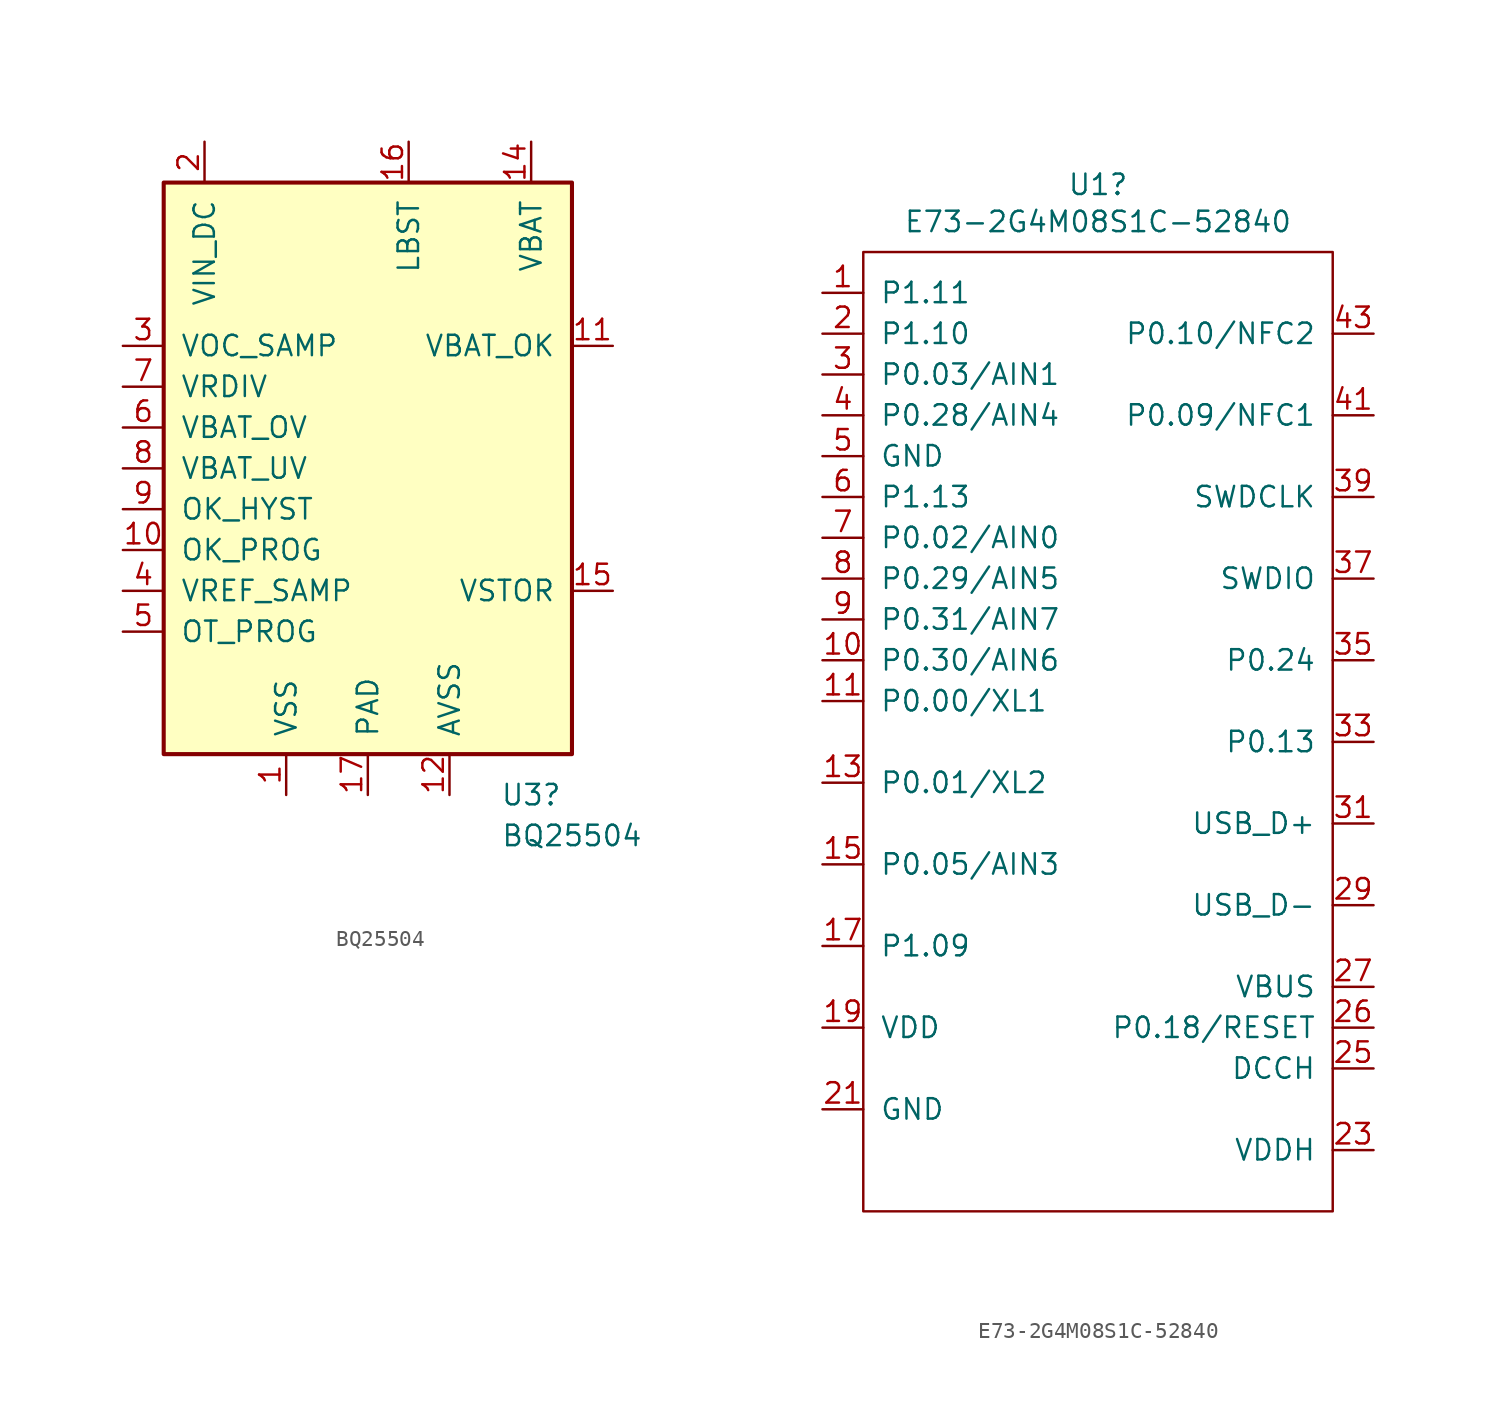
<source format=kicad_sym>
(kicad_symbol_lib
  (version 20211014)
  (generator kicad_symbol_editor)
  (symbol "BQ25504"
    (pin_names
      (offset 1.016))
    (property "Reference" "U3"
      (at 10.16 -20.32 0)
      (effects (font (size 1.27 1.27))))
    (property "Value" "BQ25504"
      (at 12.7 -22.86 0)
      (effects (font (size 1.27 1.27))))
    (symbol "BQ25504_0_1"
      (rectangle (start -12.7 17.78) (end 12.7 -17.78) (stroke (width 0.254) (type default) (color 0 0 0 0)) (fill (type background))))
    (symbol "BQ25504_1_1"
      (pin power_in line (at -5.08 -20.32 90) (length 2.54) (name "VSS" (effects (font (size 1.27 1.27)))) (number "1" (effects (font (size 1.27 1.27)))))
      (pin input line (at -15.24 -5.08 0) (length 2.54) (name "OK_PROG" (effects (font (size 1.27 1.27)))) (number "10" (effects (font (size 1.27 1.27)))))
      (pin output line (at 15.24 7.62 180) (length 2.54) (name "VBAT_OK" (effects (font (size 1.27 1.27)))) (number "11" (effects (font (size 1.27 1.27)))))
      (pin power_in line (at 5.08 -20.32 90) (length 2.54) (name "AVSS" (effects (font (size 1.27 1.27)))) (number "12" (effects (font (size 1.27 1.27)))))
      (pin passive line (at -5.08 -20.32 90) (length 2.54) hide (name "VSS" (effects (font (size 1.27 1.27)))) (number "13" (effects (font (size 1.27 1.27)))))
      (pin power_out line (at 10.16 20.32 270) (length 2.54) (name "VBAT" (effects (font (size 1.27 1.27)))) (number "14" (effects (font (size 1.27 1.27)))))
      (pin bidirectional line (at 15.24 -7.62 180) (length 2.54) (name "VSTOR" (effects (font (size 1.27 1.27)))) (number "15" (effects (font (size 1.27 1.27)))))
      (pin bidirectional line (at 2.54 20.32 270) (length 2.54) (name "LBST" (effects (font (size 1.27 1.27)))) (number "16" (effects (font (size 1.27 1.27)))))
      (pin passive line (at 0 -20.32 90) (length 2.54) (name "PAD" (effects (font (size 1.27 1.27)))) (number "17" (effects (font (size 1.27 1.27)))))
      (pin power_in line (at -10.16 20.32 270) (length 2.54) (name "VIN_DC" (effects (font (size 1.27 1.27)))) (number "2" (effects (font (size 1.27 1.27)))))
      (pin input line (at -15.24 7.62 0) (length 2.54) (name "VOC_SAMP" (effects (font (size 1.27 1.27)))) (number "3" (effects (font (size 1.27 1.27)))))
      (pin bidirectional line (at -15.24 -7.62 0) (length 2.54) (name "VREF_SAMP" (effects (font (size 1.27 1.27)))) (number "4" (effects (font (size 1.27 1.27)))))
      (pin input line (at -15.24 -10.16 0) (length 2.54) (name "OT_PROG" (effects (font (size 1.27 1.27)))) (number "5" (effects (font (size 1.27 1.27)))))
      (pin input line (at -15.24 2.54 0) (length 2.54) (name "VBAT_OV" (effects (font (size 1.27 1.27)))) (number "6" (effects (font (size 1.27 1.27)))))
      (pin output line (at -15.24 5.08 0) (length 2.54) (name "VRDIV" (effects (font (size 1.27 1.27)))) (number "7" (effects (font (size 1.27 1.27)))))
      (pin input line (at -15.24 0 0) (length 2.54) (name "VBAT_UV" (effects (font (size 1.27 1.27)))) (number "8" (effects (font (size 1.27 1.27)))))
      (pin input line (at -15.24 -2.54 0) (length 2.54) (name "OK_HYST" (effects (font (size 1.27 1.27)))) (number "9" (effects (font (size 1.27 1.27)))))))
  (symbol "E73-2G4M08S1C-52840"
    (pin_names
      (offset 1.016))
    (property "Reference" "U1"
      (at -0.635 34.671 0)
      (effects (font (size 1.27 1.27))))
    (property "Value" "E73-2G4M08S1C-52840"
      (at -0.635 32.36 0)
      (effects (font (size 1.27 1.27))))
    (symbol "E73-2G4M08S1C-52840_0_1"
      (rectangle (start -15.24 30.48) (end 13.97 -29.21) (stroke (width 0) (type default) (color 0 0 0 0)) (fill (type none))))
    (symbol "E73-2G4M08S1C-52840_1_1"
      (pin input line (at -17.78 27.94 0) (length 2.54) (name "P1.11" (effects (font (size 1.27 1.27)))) (number "1" (effects (font (size 1.27 1.27)))))
      (pin input line (at -17.78 5.08 0) (length 2.54) (name "P0.30/AIN6" (effects (font (size 1.27 1.27)))) (number "10" (effects (font (size 1.27 1.27)))))
      (pin input line (at -17.78 2.54 0) (length 2.54) (name "P0.00/XL1" (effects (font (size 1.27 1.27)))) (number "11" (effects (font (size 1.27 1.27)))))
      (pin input line (at -17.78 -2.54 0) (length 2.54) (name "P0.01/XL2" (effects (font (size 1.27 1.27)))) (number "13" (effects (font (size 1.27 1.27)))))
      (pin input line (at -17.78 -7.62 0) (length 2.54) (name "P0.05/AIN3" (effects (font (size 1.27 1.27)))) (number "15" (effects (font (size 1.27 1.27)))))
      (pin input line (at -17.78 -12.7 0) (length 2.54) (name "P1.09" (effects (font (size 1.27 1.27)))) (number "17" (effects (font (size 1.27 1.27)))))
      (pin power_in line (at -17.78 -17.78 0) (length 2.54) (name "VDD" (effects (font (size 1.27 1.27)))) (number "19" (effects (font (size 1.27 1.27)))))
      (pin input line (at -17.78 25.4 0) (length 2.54) (name "P1.10" (effects (font (size 1.27 1.27)))) (number "2" (effects (font (size 1.27 1.27)))))
      (pin power_in line (at -17.78 -22.86 0) (length 2.54) (name "GND" (effects (font (size 1.27 1.27)))) (number "21" (effects (font (size 1.27 1.27)))))
      (pin power_in line (at 16.51 -25.4 180) (length 2.54) (name "VDDH" (effects (font (size 1.27 1.27)))) (number "23" (effects (font (size 1.27 1.27)))))
      (pin power_out line (at 16.51 -20.32 180) (length 2.54) (name "DCCH" (effects (font (size 1.27 1.27)))) (number "25" (effects (font (size 1.27 1.27)))))
      (pin input line (at 16.51 -17.78 180) (length 2.54) (name "P0.18/RESET" (effects (font (size 1.27 1.27)))) (number "26" (effects (font (size 1.27 1.27)))))
      (pin power_in line (at 16.51 -15.24 180) (length 2.54) (name "VBUS" (effects (font (size 1.27 1.27)))) (number "27" (effects (font (size 1.27 1.27)))))
      (pin input line (at 16.51 -10.16 180) (length 2.54) (name "USB_D-" (effects (font (size 1.27 1.27)))) (number "29" (effects (font (size 1.27 1.27)))))
      (pin input line (at -17.78 22.86 0) (length 2.54) (name "P0.03/AIN1" (effects (font (size 1.27 1.27)))) (number "3" (effects (font (size 1.27 1.27)))))
      (pin input line (at 16.51 -5.08 180) (length 2.54) (name "USB_D+" (effects (font (size 1.27 1.27)))) (number "31" (effects (font (size 1.27 1.27)))))
      (pin input line (at 16.51 0 180) (length 2.54) (name "P0.13" (effects (font (size 1.27 1.27)))) (number "33" (effects (font (size 1.27 1.27)))))
      (pin input line (at 16.51 5.08 180) (length 2.54) (name "P0.24" (effects (font (size 1.27 1.27)))) (number "35" (effects (font (size 1.27 1.27)))))
      (pin input line (at 16.51 10.16 180) (length 2.54) (name "SWDIO" (effects (font (size 1.27 1.27)))) (number "37" (effects (font (size 1.27 1.27)))))
      (pin input line (at 16.51 15.24 180) (length 2.54) (name "SWDCLK" (effects (font (size 1.27 1.27)))) (number "39" (effects (font (size 1.27 1.27)))))
      (pin input line (at -17.78 20.32 0) (length 2.54) (name "P0.28/AIN4" (effects (font (size 1.27 1.27)))) (number "4" (effects (font (size 1.27 1.27)))))
      (pin input line (at 16.51 20.32 180) (length 2.54) (name "P0.09/NFC1" (effects (font (size 1.27 1.27)))) (number "41" (effects (font (size 1.27 1.27)))))
      (pin input line (at 16.51 25.4 180) (length 2.54) (name "P0.10/NFC2" (effects (font (size 1.27 1.27)))) (number "43" (effects (font (size 1.27 1.27)))))
      (pin power_in line (at -17.78 17.78 0) (length 2.54) (name "GND" (effects (font (size 1.27 1.27)))) (number "5" (effects (font (size 1.27 1.27)))))
      (pin input line (at -17.78 15.24 0) (length 2.54) (name "P1.13" (effects (font (size 1.27 1.27)))) (number "6" (effects (font (size 1.27 1.27)))))
      (pin input line (at -17.78 12.7 0) (length 2.54) (name "P0.02/AIN0" (effects (font (size 1.27 1.27)))) (number "7" (effects (font (size 1.27 1.27)))))
      (pin input line (at -17.78 10.16 0) (length 2.54) (name "P0.29/AIN5" (effects (font (size 1.27 1.27)))) (number "8" (effects (font (size 1.27 1.27)))))
      (pin input line (at -17.78 7.62 0) (length 2.54) (name "P0.31/AIN7" (effects (font (size 1.27 1.27)))) (number "9" (effects (font (size 1.27 1.27))))))))
</source>
